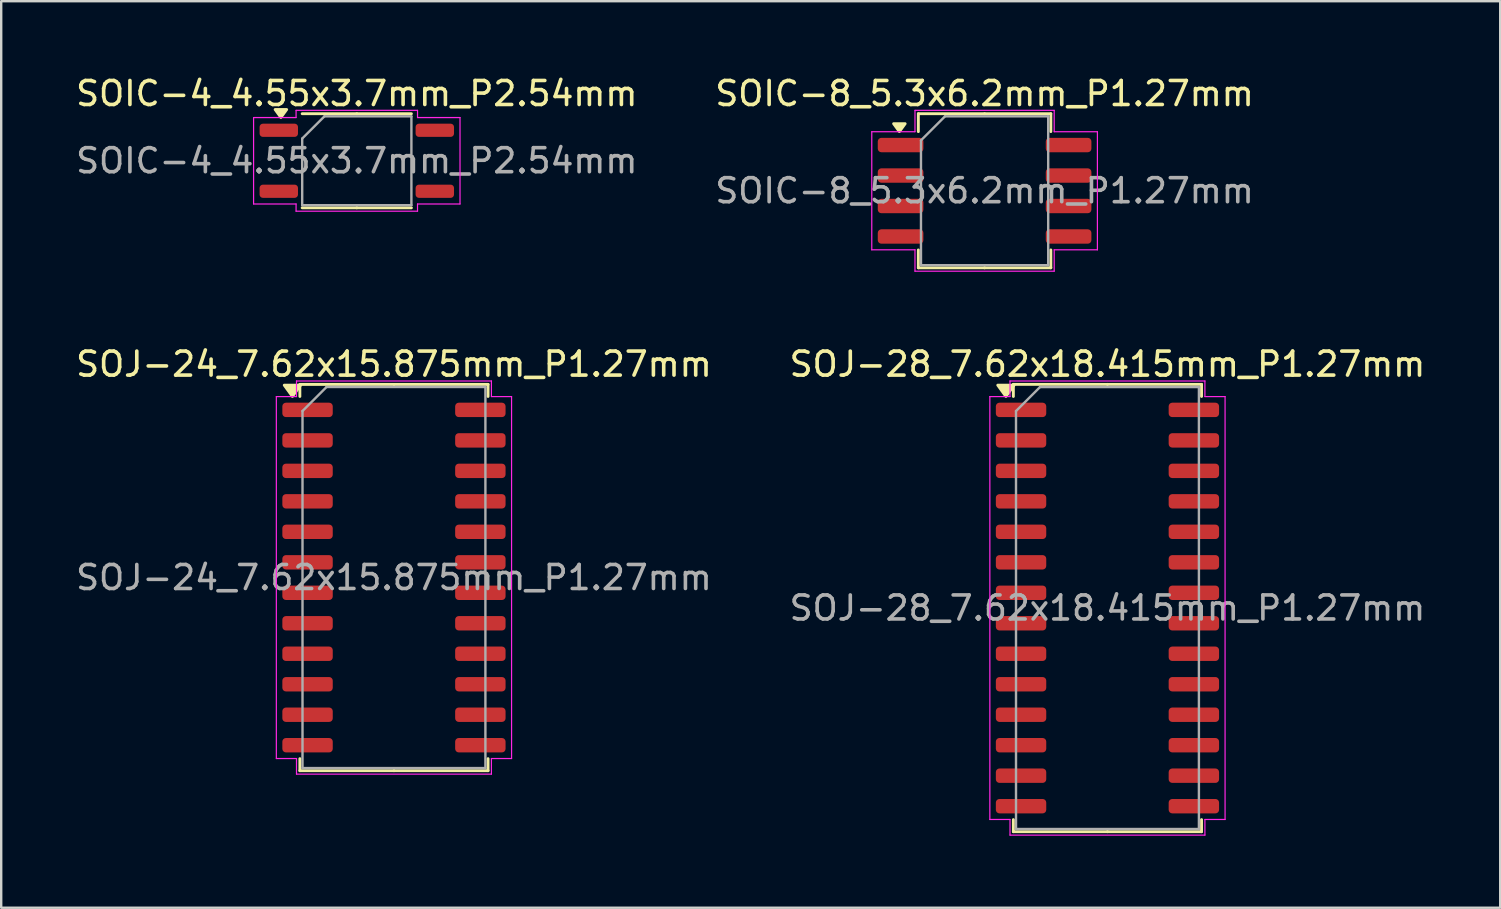
<source format=kicad_pcb>
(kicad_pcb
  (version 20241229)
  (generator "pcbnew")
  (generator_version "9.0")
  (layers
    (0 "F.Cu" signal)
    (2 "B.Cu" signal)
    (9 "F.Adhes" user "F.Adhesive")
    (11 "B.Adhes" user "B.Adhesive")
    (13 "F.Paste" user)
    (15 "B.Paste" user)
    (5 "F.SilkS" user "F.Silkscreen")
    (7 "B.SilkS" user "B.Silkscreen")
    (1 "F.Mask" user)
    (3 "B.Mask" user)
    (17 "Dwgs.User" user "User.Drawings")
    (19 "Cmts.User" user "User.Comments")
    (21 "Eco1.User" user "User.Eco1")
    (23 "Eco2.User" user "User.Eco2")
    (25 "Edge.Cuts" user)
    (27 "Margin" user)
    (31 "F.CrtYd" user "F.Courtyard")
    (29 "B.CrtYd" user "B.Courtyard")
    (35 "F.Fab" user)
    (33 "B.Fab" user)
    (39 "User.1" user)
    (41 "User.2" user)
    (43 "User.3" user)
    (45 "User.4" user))
  (footprint "SOJ-24_7.62x15.875mm_P1.27mm"
    (layer "F.Cu")
    (at 13.363 21.012)
    (property "Reference" "SOJ-24_7.62x15.875mm_P1.27mm" (at 0 -8.89 0) (layer "F.SilkS") (effects (font (size 1 1) (thickness 0.15))))
    (attr smd)
    (fp_line (start -3.92 -8.047) (end -3.92 -7.545) (stroke (width 0.12) (type solid)) (layer "F.SilkS"))
    (fp_line (start -3.92 8.047) (end -3.92 7.545) (stroke (width 0.12) (type solid)) (layer "F.SilkS"))
    (fp_line (start 0 -8.047) (end -3.92 -8.047) (stroke (width 0.12) (type solid)) (layer "F.SilkS"))
    (fp_line (start 0 -8.047) (end 3.92 -8.047) (stroke (width 0.12) (type solid)) (layer "F.SilkS"))
    (fp_line (start 0 8.047) (end -3.92 8.047) (stroke (width 0.12) (type solid)) (layer "F.SilkS"))
    (fp_line (start 0 8.047) (end 3.92 8.047) (stroke (width 0.12) (type solid)) (layer "F.SilkS"))
    (fp_line (start 3.92 -8.047) (end 3.92 -7.545) (stroke (width 0.12) (type solid)) (layer "F.SilkS"))
    (fp_line (start 3.92 8.047) (end 3.92 7.545) (stroke (width 0.12) (type solid)) (layer "F.SilkS"))
    (fp_poly (pts (xy -4.23 -7.545) (xy -4.57 -8.015) (xy -3.89 -8.015)) (stroke (width 0.12) (type solid)) (fill yes) (layer "F.SilkS"))
    (fp_line (start -4.9 -7.54) (end -4.06 -7.54) (stroke (width 0.05) (type solid)) (layer "F.CrtYd"))
    (fp_line (start -4.9 7.54) (end -4.9 -7.54) (stroke (width 0.05) (type solid)) (layer "F.CrtYd"))
    (fp_line (start -4.06 -8.19) (end 4.06 -8.19) (stroke (width 0.05) (type solid)) (layer "F.CrtYd"))
    (fp_line (start -4.06 -7.54) (end -4.06 -8.19) (stroke (width 0.05) (type solid)) (layer "F.CrtYd"))
    (fp_line (start -4.06 7.54) (end -4.9 7.54) (stroke (width 0.05) (type solid)) (layer "F.CrtYd"))
    (fp_line (start -4.06 8.19) (end -4.06 7.54) (stroke (width 0.05) (type solid)) (layer "F.CrtYd"))
    (fp_line (start 4.06 -8.19) (end 4.06 -7.54) (stroke (width 0.05) (type solid)) (layer "F.CrtYd"))
    (fp_line (start 4.06 -7.54) (end 4.9 -7.54) (stroke (width 0.05) (type solid)) (layer "F.CrtYd"))
    (fp_line (start 4.06 7.54) (end 4.06 8.19) (stroke (width 0.05) (type solid)) (layer "F.CrtYd"))
    (fp_line (start 4.06 8.19) (end -4.06 8.19) (stroke (width 0.05) (type solid)) (layer "F.CrtYd"))
    (fp_line (start 4.9 -7.54) (end 4.9 7.54) (stroke (width 0.05) (type solid)) (layer "F.CrtYd"))
    (fp_line (start 4.9 7.54) (end 4.06 7.54) (stroke (width 0.05) (type solid)) (layer "F.CrtYd"))
    (fp_line (start -3.81 -6.938) (end -2.81 -7.938) (stroke (width 0.1) (type solid)) (layer "F.Fab"))
    (fp_line (start -3.81 7.938) (end -3.81 -6.938) (stroke (width 0.1) (type solid)) (layer "F.Fab"))
    (fp_line (start -2.81 -7.938) (end 3.81 -7.938) (stroke (width 0.1) (type solid)) (layer "F.Fab"))
    (fp_line (start 3.81 -7.938) (end 3.81 7.938) (stroke (width 0.1) (type solid)) (layer "F.Fab"))
    (fp_line (start 3.81 7.938) (end -3.81 7.938) (stroke (width 0.1) (type solid)) (layer "F.Fab"))
    (fp_text user "${REFERENCE}" (at 0 0 0) (layer "F.Fab") (effects (font (size 1 1) (thickness 0.15))))
    (pad "1" smd roundrect (at -3.6 -6.985) (size 2.1 0.6) (layers "F.Cu" "F.Mask" "F.Paste") (roundrect_rratio 0.25))
    (pad "2" smd roundrect (at -3.6 -5.715) (size 2.1 0.6) (layers "F.Cu" "F.Mask" "F.Paste") (roundrect_rratio 0.25))
    (pad "3" smd roundrect (at -3.6 -4.445) (size 2.1 0.6) (layers "F.Cu" "F.Mask" "F.Paste") (roundrect_rratio 0.25))
    (pad "4" smd roundrect (at -3.6 -3.175) (size 2.1 0.6) (layers "F.Cu" "F.Mask" "F.Paste") (roundrect_rratio 0.25))
    (pad "5" smd roundrect (at -3.6 -1.905) (size 2.1 0.6) (layers "F.Cu" "F.Mask" "F.Paste") (roundrect_rratio 0.25))
    (pad "6" smd roundrect (at -3.6 -0.635) (size 2.1 0.6) (layers "F.Cu" "F.Mask" "F.Paste") (roundrect_rratio 0.25))
    (pad "7" smd roundrect (at -3.6 0.635) (size 2.1 0.6) (layers "F.Cu" "F.Mask" "F.Paste") (roundrect_rratio 0.25))
    (pad "8" smd roundrect (at -3.6 1.905) (size 2.1 0.6) (layers "F.Cu" "F.Mask" "F.Paste") (roundrect_rratio 0.25))
    (pad "9" smd roundrect (at -3.6 3.175) (size 2.1 0.6) (layers "F.Cu" "F.Mask" "F.Paste") (roundrect_rratio 0.25))
    (pad "10" smd roundrect (at -3.6 4.445) (size 2.1 0.6) (layers "F.Cu" "F.Mask" "F.Paste") (roundrect_rratio 0.25))
    (pad "11" smd roundrect (at -3.6 5.715) (size 2.1 0.6) (layers "F.Cu" "F.Mask" "F.Paste") (roundrect_rratio 0.25))
    (pad "12" smd roundrect (at -3.6 6.985) (size 2.1 0.6) (layers "F.Cu" "F.Mask" "F.Paste") (roundrect_rratio 0.25))
    (pad "13" smd roundrect (at 3.6 6.985) (size 2.1 0.6) (layers "F.Cu" "F.Mask" "F.Paste") (roundrect_rratio 0.25))
    (pad "14" smd roundrect (at 3.6 5.715) (size 2.1 0.6) (layers "F.Cu" "F.Mask" "F.Paste") (roundrect_rratio 0.25))
    (pad "15" smd roundrect (at 3.6 4.445) (size 2.1 0.6) (layers "F.Cu" "F.Mask" "F.Paste") (roundrect_rratio 0.25))
    (pad "16" smd roundrect (at 3.6 3.175) (size 2.1 0.6) (layers "F.Cu" "F.Mask" "F.Paste") (roundrect_rratio 0.25))
    (pad "17" smd roundrect (at 3.6 1.905) (size 2.1 0.6) (layers "F.Cu" "F.Mask" "F.Paste") (roundrect_rratio 0.25))
    (pad "18" smd roundrect (at 3.6 0.635) (size 2.1 0.6) (layers "F.Cu" "F.Mask" "F.Paste") (roundrect_rratio 0.25))
    (pad "19" smd roundrect (at 3.6 -0.635) (size 2.1 0.6) (layers "F.Cu" "F.Mask" "F.Paste") (roundrect_rratio 0.25))
    (pad "20" smd roundrect (at 3.6 -1.905) (size 2.1 0.6) (layers "F.Cu" "F.Mask" "F.Paste") (roundrect_rratio 0.25))
    (pad "21" smd roundrect (at 3.6 -3.175) (size 2.1 0.6) (layers "F.Cu" "F.Mask" "F.Paste") (roundrect_rratio 0.25))
    (pad "22" smd roundrect (at 3.6 -4.445) (size 2.1 0.6) (layers "F.Cu" "F.Mask" "F.Paste") (roundrect_rratio 0.25))
    (pad "23" smd roundrect (at 3.6 -5.715) (size 2.1 0.6) (layers "F.Cu" "F.Mask" "F.Paste") (roundrect_rratio 0.25))
    (pad "24" smd roundrect (at 3.6 -6.985) (size 2.1 0.6) (layers "F.Cu" "F.Mask" "F.Paste") (roundrect_rratio 0.25)))
  (footprint "SOIC-4_4.55x3.7mm_P2.54mm"
    (layer "F.Cu")
    (at 11.815 3.648)
    (property "Reference" "SOIC-4_4.55x3.7mm_P2.54mm" (at 0 -2.8 0) (layer "F.SilkS") (effects (font (size 1 1) (thickness 0.15))))
    (attr smd)
    (fp_line (start 0 -1.96) (end -2.275 -1.96) (stroke (width 0.12) (type solid)) (layer "F.SilkS"))
    (fp_line (start 0 -1.96) (end 2.275 -1.96) (stroke (width 0.12) (type solid)) (layer "F.SilkS"))
    (fp_line (start 0 1.96) (end -2.275 1.96) (stroke (width 0.12) (type solid)) (layer "F.SilkS"))
    (fp_line (start 0 1.96) (end 2.275 1.96) (stroke (width 0.12) (type solid)) (layer "F.SilkS"))
    (fp_poly (pts (xy -3.163 -1.805) (xy -3.402 -2.135) (xy -2.922 -2.135)) (stroke (width 0.12) (type solid)) (fill yes) (layer "F.SilkS"))
    (fp_line (start -4.3 -1.8) (end -2.53 -1.8) (stroke (width 0.05) (type solid)) (layer "F.CrtYd"))
    (fp_line (start -4.3 1.8) (end -4.3 -1.8) (stroke (width 0.05) (type solid)) (layer "F.CrtYd"))
    (fp_line (start -2.53 -2.1) (end 2.53 -2.1) (stroke (width 0.05) (type solid)) (layer "F.CrtYd"))
    (fp_line (start -2.53 -1.8) (end -2.53 -2.1) (stroke (width 0.05) (type solid)) (layer "F.CrtYd"))
    (fp_line (start -2.53 1.8) (end -4.3 1.8) (stroke (width 0.05) (type solid)) (layer "F.CrtYd"))
    (fp_line (start -2.53 2.1) (end -2.53 1.8) (stroke (width 0.05) (type solid)) (layer "F.CrtYd"))
    (fp_line (start 2.53 -2.1) (end 2.53 -1.8) (stroke (width 0.05) (type solid)) (layer "F.CrtYd"))
    (fp_line (start 2.53 -1.8) (end 4.3 -1.8) (stroke (width 0.05) (type solid)) (layer "F.CrtYd"))
    (fp_line (start 2.53 1.8) (end 2.53 2.1) (stroke (width 0.05) (type solid)) (layer "F.CrtYd"))
    (fp_line (start 2.53 2.1) (end -2.53 2.1) (stroke (width 0.05) (type solid)) (layer "F.CrtYd"))
    (fp_line (start 4.3 -1.8) (end 4.3 1.8) (stroke (width 0.05) (type solid)) (layer "F.CrtYd"))
    (fp_line (start 4.3 1.8) (end 2.53 1.8) (stroke (width 0.05) (type solid)) (layer "F.CrtYd"))
    (fp_line (start -2.275 -0.925) (end -1.35 -1.85) (stroke (width 0.1) (type solid)) (layer "F.Fab"))
    (fp_line (start -2.275 1.85) (end -2.275 -0.925) (stroke (width 0.1) (type solid)) (layer "F.Fab"))
    (fp_line (start -1.35 -1.85) (end 2.275 -1.85) (stroke (width 0.1) (type solid)) (layer "F.Fab"))
    (fp_line (start 2.275 -1.85) (end 2.275 1.85) (stroke (width 0.1) (type solid)) (layer "F.Fab"))
    (fp_line (start 2.275 1.85) (end -2.275 1.85) (stroke (width 0.1) (type solid)) (layer "F.Fab"))
    (fp_text user "${REFERENCE}" (at 0 0 0) (layer "F.Fab") (effects (font (size 1 1) (thickness 0.15))))
    (pad "1" smd roundrect (at -3.25 -1.27) (size 1.6 0.55) (layers "F.Cu" "F.Mask" "F.Paste") (roundrect_rratio 0.25))
    (pad "3" smd roundrect (at -3.25 1.27) (size 1.6 0.55) (layers "F.Cu" "F.Mask" "F.Paste") (roundrect_rratio 0.25))
    (pad "4" smd roundrect (at 3.25 1.27) (size 1.6 0.55) (layers "F.Cu" "F.Mask" "F.Paste") (roundrect_rratio 0.25))
    (pad "6" smd roundrect (at 3.25 -1.27) (size 1.6 0.55) (layers "F.Cu" "F.Mask" "F.Paste") (roundrect_rratio 0.25)))
  (footprint "SOIC-8_5.3x6.2mm_P1.27mm"
    (layer "F.Cu")
    (at 37.97 4.898)
    (property "Reference" "SOIC-8_5.3x6.2mm_P1.27mm" (at 0 -4.05 0) (layer "F.SilkS") (effects (font (size 1 1) (thickness 0.15))))
    (attr smd)
    (fp_line (start -2.76 -3.21) (end -2.76 -2.465) (stroke (width 0.12) (type solid)) (layer "F.SilkS"))
    (fp_line (start -2.76 3.21) (end -2.76 2.465) (stroke (width 0.12) (type solid)) (layer "F.SilkS"))
    (fp_line (start 0 -3.21) (end -2.76 -3.21) (stroke (width 0.12) (type solid)) (layer "F.SilkS"))
    (fp_line (start 0 -3.21) (end 2.76 -3.21) (stroke (width 0.12) (type solid)) (layer "F.SilkS"))
    (fp_line (start 0 3.21) (end -2.76 3.21) (stroke (width 0.12) (type solid)) (layer "F.SilkS"))
    (fp_line (start 0 3.21) (end 2.76 3.21) (stroke (width 0.12) (type solid)) (layer "F.SilkS"))
    (fp_line (start 2.76 -3.21) (end 2.76 -2.465) (stroke (width 0.12) (type solid)) (layer "F.SilkS"))
    (fp_line (start 2.76 3.21) (end 2.76 2.465) (stroke (width 0.12) (type solid)) (layer "F.SilkS"))
    (fp_poly (pts (xy -3.55 -2.465) (xy -3.79 -2.795) (xy -3.31 -2.795)) (stroke (width 0.12) (type solid)) (fill yes) (layer "F.SilkS"))
    (fp_line (start -4.7 -2.46) (end -2.9 -2.46) (stroke (width 0.05) (type solid)) (layer "F.CrtYd"))
    (fp_line (start -4.7 2.46) (end -4.7 -2.46) (stroke (width 0.05) (type solid)) (layer "F.CrtYd"))
    (fp_line (start -2.9 -3.35) (end 2.9 -3.35) (stroke (width 0.05) (type solid)) (layer "F.CrtYd"))
    (fp_line (start -2.9 -2.46) (end -2.9 -3.35) (stroke (width 0.05) (type solid)) (layer "F.CrtYd"))
    (fp_line (start -2.9 2.46) (end -4.7 2.46) (stroke (width 0.05) (type solid)) (layer "F.CrtYd"))
    (fp_line (start -2.9 3.35) (end -2.9 2.46) (stroke (width 0.05) (type solid)) (layer "F.CrtYd"))
    (fp_line (start 2.9 -3.35) (end 2.9 -2.46) (stroke (width 0.05) (type solid)) (layer "F.CrtYd"))
    (fp_line (start 2.9 -2.46) (end 4.7 -2.46) (stroke (width 0.05) (type solid)) (layer "F.CrtYd"))
    (fp_line (start 2.9 2.46) (end 2.9 3.35) (stroke (width 0.05) (type solid)) (layer "F.CrtYd"))
    (fp_line (start 2.9 3.35) (end -2.9 3.35) (stroke (width 0.05) (type solid)) (layer "F.CrtYd"))
    (fp_line (start 4.7 -2.46) (end 4.7 2.46) (stroke (width 0.05) (type solid)) (layer "F.CrtYd"))
    (fp_line (start 4.7 2.46) (end 2.9 2.46) (stroke (width 0.05) (type solid)) (layer "F.CrtYd"))
    (fp_line (start -2.65 -2.1) (end -1.65 -3.1) (stroke (width 0.1) (type solid)) (layer "F.Fab"))
    (fp_line (start -2.65 3.1) (end -2.65 -2.1) (stroke (width 0.1) (type solid)) (layer "F.Fab"))
    (fp_line (start -1.65 -3.1) (end 2.65 -3.1) (stroke (width 0.1) (type solid)) (layer "F.Fab"))
    (fp_line (start 2.65 -3.1) (end 2.65 3.1) (stroke (width 0.1) (type solid)) (layer "F.Fab"))
    (fp_line (start 2.65 3.1) (end -2.65 3.1) (stroke (width 0.1) (type solid)) (layer "F.Fab"))
    (fp_text user "${REFERENCE}" (at 0 0 0) (layer "F.Fab") (effects (font (size 1 1) (thickness 0.15))))
    (pad "1" smd roundrect (at -3.5 -1.905) (size 1.9 0.6) (layers "F.Cu" "F.Mask" "F.Paste") (roundrect_rratio 0.25))
    (pad "2" smd roundrect (at -3.5 -0.635) (size 1.9 0.6) (layers "F.Cu" "F.Mask" "F.Paste") (roundrect_rratio 0.25))
    (pad "3" smd roundrect (at -3.5 0.635) (size 1.9 0.6) (layers "F.Cu" "F.Mask" "F.Paste") (roundrect_rratio 0.25))
    (pad "4" smd roundrect (at -3.5 1.905) (size 1.9 0.6) (layers "F.Cu" "F.Mask" "F.Paste") (roundrect_rratio 0.25))
    (pad "5" smd roundrect (at 3.5 1.905) (size 1.9 0.6) (layers "F.Cu" "F.Mask" "F.Paste") (roundrect_rratio 0.25))
    (pad "6" smd roundrect (at 3.5 0.635) (size 1.9 0.6) (layers "F.Cu" "F.Mask" "F.Paste") (roundrect_rratio 0.25))
    (pad "7" smd roundrect (at 3.5 -0.635) (size 1.9 0.6) (layers "F.Cu" "F.Mask" "F.Paste") (roundrect_rratio 0.25))
    (pad "8" smd roundrect (at 3.5 -1.905) (size 1.9 0.6) (layers "F.Cu" "F.Mask" "F.Paste") (roundrect_rratio 0.25)))
  (footprint "SOJ-28_7.62x18.415mm_P1.27mm"
    (layer "F.Cu")
    (at 43.089 22.282)
    (property "Reference" "SOJ-28_7.62x18.415mm_P1.27mm" (at 0 -10.16 0) (layer "F.SilkS") (effects (font (size 1 1) (thickness 0.15))))
    (attr smd)
    (fp_line (start -3.92 -9.318) (end -3.92 -8.815) (stroke (width 0.12) (type solid)) (layer "F.SilkS"))
    (fp_line (start -3.92 9.318) (end -3.92 8.815) (stroke (width 0.12) (type solid)) (layer "F.SilkS"))
    (fp_line (start 0 -9.318) (end -3.92 -9.318) (stroke (width 0.12) (type solid)) (layer "F.SilkS"))
    (fp_line (start 0 -9.318) (end 3.92 -9.318) (stroke (width 0.12) (type solid)) (layer "F.SilkS"))
    (fp_line (start 0 9.318) (end -3.92 9.318) (stroke (width 0.12) (type solid)) (layer "F.SilkS"))
    (fp_line (start 0 9.318) (end 3.92 9.318) (stroke (width 0.12) (type solid)) (layer "F.SilkS"))
    (fp_line (start 3.92 -9.318) (end 3.92 -8.815) (stroke (width 0.12) (type solid)) (layer "F.SilkS"))
    (fp_line (start 3.92 9.318) (end 3.92 8.815) (stroke (width 0.12) (type solid)) (layer "F.SilkS"))
    (fp_poly (pts (xy -4.23 -8.815) (xy -4.57 -9.285) (xy -3.89 -9.285)) (stroke (width 0.12) (type solid)) (fill yes) (layer "F.SilkS"))
    (fp_line (start -4.9 -8.81) (end -4.06 -8.81) (stroke (width 0.05) (type solid)) (layer "F.CrtYd"))
    (fp_line (start -4.9 8.81) (end -4.9 -8.81) (stroke (width 0.05) (type solid)) (layer "F.CrtYd"))
    (fp_line (start -4.06 -9.46) (end 4.06 -9.46) (stroke (width 0.05) (type solid)) (layer "F.CrtYd"))
    (fp_line (start -4.06 -8.81) (end -4.06 -9.46) (stroke (width 0.05) (type solid)) (layer "F.CrtYd"))
    (fp_line (start -4.06 8.81) (end -4.9 8.81) (stroke (width 0.05) (type solid)) (layer "F.CrtYd"))
    (fp_line (start -4.06 9.46) (end -4.06 8.81) (stroke (width 0.05) (type solid)) (layer "F.CrtYd"))
    (fp_line (start 4.06 -9.46) (end 4.06 -8.81) (stroke (width 0.05) (type solid)) (layer "F.CrtYd"))
    (fp_line (start 4.06 -8.81) (end 4.9 -8.81) (stroke (width 0.05) (type solid)) (layer "F.CrtYd"))
    (fp_line (start 4.06 8.81) (end 4.06 9.46) (stroke (width 0.05) (type solid)) (layer "F.CrtYd"))
    (fp_line (start 4.06 9.46) (end -4.06 9.46) (stroke (width 0.05) (type solid)) (layer "F.CrtYd"))
    (fp_line (start 4.9 -8.81) (end 4.9 8.81) (stroke (width 0.05) (type solid)) (layer "F.CrtYd"))
    (fp_line (start 4.9 8.81) (end 4.06 8.81) (stroke (width 0.05) (type solid)) (layer "F.CrtYd"))
    (fp_line (start -3.81 -8.207) (end -2.81 -9.207) (stroke (width 0.1) (type solid)) (layer "F.Fab"))
    (fp_line (start -3.81 9.207) (end -3.81 -8.207) (stroke (width 0.1) (type solid)) (layer "F.Fab"))
    (fp_line (start -2.81 -9.207) (end 3.81 -9.207) (stroke (width 0.1) (type solid)) (layer "F.Fab"))
    (fp_line (start 3.81 -9.207) (end 3.81 9.207) (stroke (width 0.1) (type solid)) (layer "F.Fab"))
    (fp_line (start 3.81 9.207) (end -3.81 9.207) (stroke (width 0.1) (type solid)) (layer "F.Fab"))
    (fp_text user "${REFERENCE}" (at 0 0 0) (layer "F.Fab") (effects (font (size 1 1) (thickness 0.15))))
    (pad "1" smd roundrect (at -3.6 -8.255) (size 2.1 0.6) (layers "F.Cu" "F.Mask" "F.Paste") (roundrect_rratio 0.25))
    (pad "2" smd roundrect (at -3.6 -6.985) (size 2.1 0.6) (layers "F.Cu" "F.Mask" "F.Paste") (roundrect_rratio 0.25))
    (pad "3" smd roundrect (at -3.6 -5.715) (size 2.1 0.6) (layers "F.Cu" "F.Mask" "F.Paste") (roundrect_rratio 0.25))
    (pad "4" smd roundrect (at -3.6 -4.445) (size 2.1 0.6) (layers "F.Cu" "F.Mask" "F.Paste") (roundrect_rratio 0.25))
    (pad "5" smd roundrect (at -3.6 -3.175) (size 2.1 0.6) (layers "F.Cu" "F.Mask" "F.Paste") (roundrect_rratio 0.25))
    (pad "6" smd roundrect (at -3.6 -1.905) (size 2.1 0.6) (layers "F.Cu" "F.Mask" "F.Paste") (roundrect_rratio 0.25))
    (pad "7" smd roundrect (at -3.6 -0.635) (size 2.1 0.6) (layers "F.Cu" "F.Mask" "F.Paste") (roundrect_rratio 0.25))
    (pad "8" smd roundrect (at -3.6 0.635) (size 2.1 0.6) (layers "F.Cu" "F.Mask" "F.Paste") (roundrect_rratio 0.25))
    (pad "9" smd roundrect (at -3.6 1.905) (size 2.1 0.6) (layers "F.Cu" "F.Mask" "F.Paste") (roundrect_rratio 0.25))
    (pad "10" smd roundrect (at -3.6 3.175) (size 2.1 0.6) (layers "F.Cu" "F.Mask" "F.Paste") (roundrect_rratio 0.25))
    (pad "11" smd roundrect (at -3.6 4.445) (size 2.1 0.6) (layers "F.Cu" "F.Mask" "F.Paste") (roundrect_rratio 0.25))
    (pad "12" smd roundrect (at -3.6 5.715) (size 2.1 0.6) (layers "F.Cu" "F.Mask" "F.Paste") (roundrect_rratio 0.25))
    (pad "13" smd roundrect (at -3.6 6.985) (size 2.1 0.6) (layers "F.Cu" "F.Mask" "F.Paste") (roundrect_rratio 0.25))
    (pad "14" smd roundrect (at -3.6 8.255) (size 2.1 0.6) (layers "F.Cu" "F.Mask" "F.Paste") (roundrect_rratio 0.25))
    (pad "15" smd roundrect (at 3.6 8.255) (size 2.1 0.6) (layers "F.Cu" "F.Mask" "F.Paste") (roundrect_rratio 0.25))
    (pad "16" smd roundrect (at 3.6 6.985) (size 2.1 0.6) (layers "F.Cu" "F.Mask" "F.Paste") (roundrect_rratio 0.25))
    (pad "17" smd roundrect (at 3.6 5.715) (size 2.1 0.6) (layers "F.Cu" "F.Mask" "F.Paste") (roundrect_rratio 0.25))
    (pad "18" smd roundrect (at 3.6 4.445) (size 2.1 0.6) (layers "F.Cu" "F.Mask" "F.Paste") (roundrect_rratio 0.25))
    (pad "19" smd roundrect (at 3.6 3.175) (size 2.1 0.6) (layers "F.Cu" "F.Mask" "F.Paste") (roundrect_rratio 0.25))
    (pad "20" smd roundrect (at 3.6 1.905) (size 2.1 0.6) (layers "F.Cu" "F.Mask" "F.Paste") (roundrect_rratio 0.25))
    (pad "21" smd roundrect (at 3.6 0.635) (size 2.1 0.6) (layers "F.Cu" "F.Mask" "F.Paste") (roundrect_rratio 0.25))
    (pad "22" smd roundrect (at 3.6 -0.635) (size 2.1 0.6) (layers "F.Cu" "F.Mask" "F.Paste") (roundrect_rratio 0.25))
    (pad "23" smd roundrect (at 3.6 -1.905) (size 2.1 0.6) (layers "F.Cu" "F.Mask" "F.Paste") (roundrect_rratio 0.25))
    (pad "24" smd roundrect (at 3.6 -3.175) (size 2.1 0.6) (layers "F.Cu" "F.Mask" "F.Paste") (roundrect_rratio 0.25))
    (pad "25" smd roundrect (at 3.6 -4.445) (size 2.1 0.6) (layers "F.Cu" "F.Mask" "F.Paste") (roundrect_rratio 0.25))
    (pad "26" smd roundrect (at 3.6 -5.715) (size 2.1 0.6) (layers "F.Cu" "F.Mask" "F.Paste") (roundrect_rratio 0.25))
    (pad "27" smd roundrect (at 3.6 -6.985) (size 2.1 0.6) (layers "F.Cu" "F.Mask" "F.Paste") (roundrect_rratio 0.25))
    (pad "28" smd roundrect (at 3.6 -8.255) (size 2.1 0.6) (layers "F.Cu" "F.Mask" "F.Paste") (roundrect_rratio 0.25)))
  (gr_rect
    (start -3 -3)
    (end 59.452 34.767)
    (stroke (width 0.1) (type default))
    (fill no)
    (layer "Edge.Cuts")))
</source>
